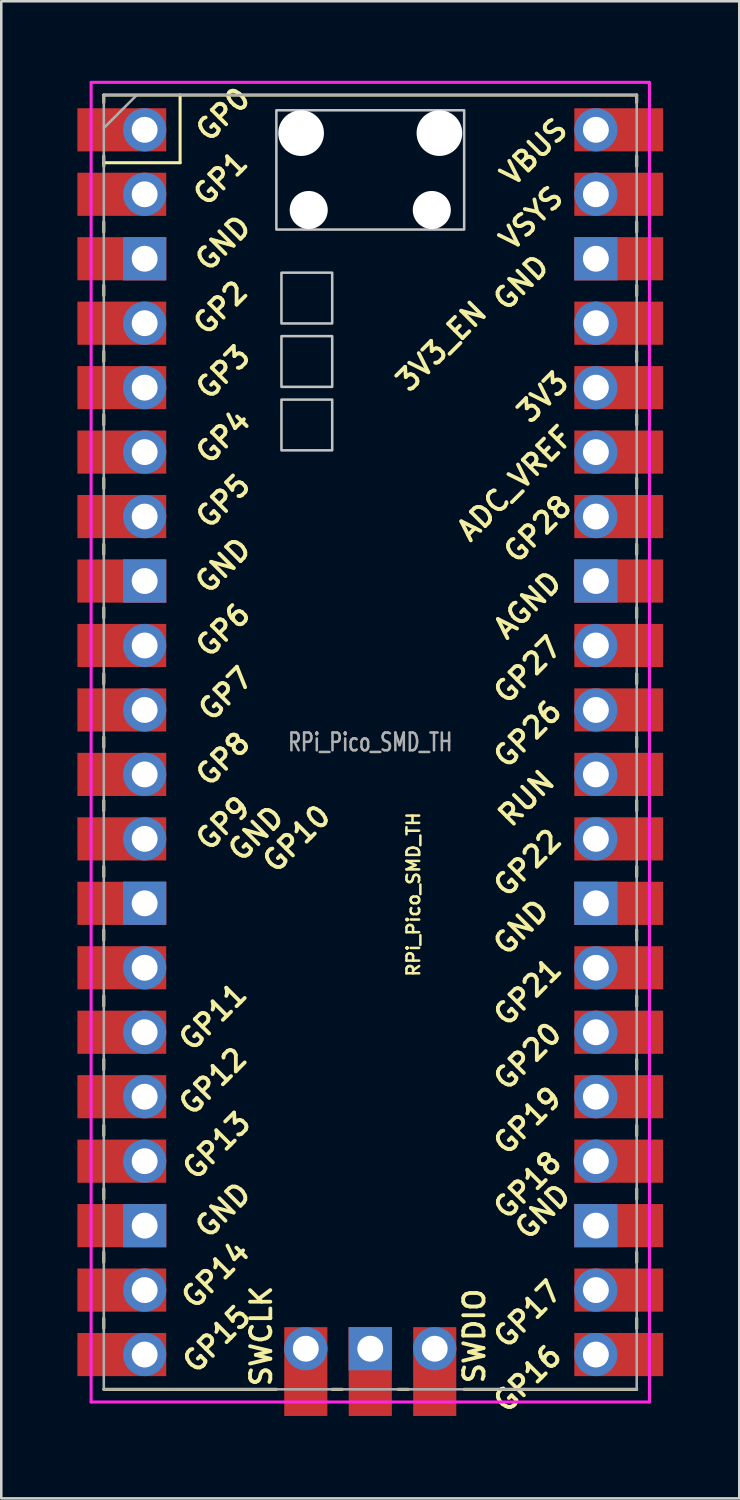
<source format=kicad_pcb>
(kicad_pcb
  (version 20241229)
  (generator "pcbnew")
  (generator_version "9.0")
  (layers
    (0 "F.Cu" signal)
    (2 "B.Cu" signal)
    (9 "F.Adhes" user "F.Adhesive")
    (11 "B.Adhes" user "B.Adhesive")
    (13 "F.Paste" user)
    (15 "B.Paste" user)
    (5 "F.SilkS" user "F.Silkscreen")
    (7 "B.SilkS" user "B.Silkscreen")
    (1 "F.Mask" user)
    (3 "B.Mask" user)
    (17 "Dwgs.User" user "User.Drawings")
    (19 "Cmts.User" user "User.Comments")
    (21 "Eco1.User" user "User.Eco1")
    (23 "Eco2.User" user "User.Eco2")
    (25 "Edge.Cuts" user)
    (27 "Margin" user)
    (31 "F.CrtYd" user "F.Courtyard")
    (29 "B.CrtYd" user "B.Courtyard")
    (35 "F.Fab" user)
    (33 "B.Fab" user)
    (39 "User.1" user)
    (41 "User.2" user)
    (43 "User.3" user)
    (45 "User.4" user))
  (footprint "RPi_Pico_SMD_TH"
    (layer "F.Cu")
    (at 11.54 26.195)
    (property "Reference" "RPi_Pico_SMD_TH" (at 1.7 6 90) (layer "F.SilkS") (effects (font (size 0.5 0.5) (thickness 0.1))))
    (attr through_hole)
    (fp_line (start -10.5 -25.5) (end -10.5 -25.2) (stroke (width 0.12) (type solid)) (layer "F.SilkS"))
    (fp_line (start -10.5 -25.5) (end 10.5 -25.5) (stroke (width 0.12) (type solid)) (layer "F.SilkS"))
    (fp_line (start -10.5 -23.1) (end -10.5 -22.7) (stroke (width 0.12) (type solid)) (layer "F.SilkS"))
    (fp_line (start -10.5 -22.833) (end -7.493 -22.833) (stroke (width 0.12) (type solid)) (layer "F.SilkS"))
    (fp_line (start -10.5 -20.5) (end -10.5 -20.1) (stroke (width 0.12) (type solid)) (layer "F.SilkS"))
    (fp_line (start -10.5 -18) (end -10.5 -17.6) (stroke (width 0.12) (type solid)) (layer "F.SilkS"))
    (fp_line (start -10.5 -15.4) (end -10.5 -15) (stroke (width 0.12) (type solid)) (layer "F.SilkS"))
    (fp_line (start -10.5 -12.9) (end -10.5 -12.5) (stroke (width 0.12) (type solid)) (layer "F.SilkS"))
    (fp_line (start -10.5 -10.4) (end -10.5 -10) (stroke (width 0.12) (type solid)) (layer "F.SilkS"))
    (fp_line (start -10.5 -7.8) (end -10.5 -7.4) (stroke (width 0.12) (type solid)) (layer "F.SilkS"))
    (fp_line (start -10.5 -5.3) (end -10.5 -4.9) (stroke (width 0.12) (type solid)) (layer "F.SilkS"))
    (fp_line (start -10.5 -2.7) (end -10.5 -2.3) (stroke (width 0.12) (type solid)) (layer "F.SilkS"))
    (fp_line (start -10.5 -0.2) (end -10.5 0.2) (stroke (width 0.12) (type solid)) (layer "F.SilkS"))
    (fp_line (start -10.5 2.3) (end -10.5 2.7) (stroke (width 0.12) (type solid)) (layer "F.SilkS"))
    (fp_line (start -10.5 4.9) (end -10.5 5.3) (stroke (width 0.12) (type solid)) (layer "F.SilkS"))
    (fp_line (start -10.5 7.4) (end -10.5 7.8) (stroke (width 0.12) (type solid)) (layer "F.SilkS"))
    (fp_line (start -10.5 10) (end -10.5 10.4) (stroke (width 0.12) (type solid)) (layer "F.SilkS"))
    (fp_line (start -10.5 12.5) (end -10.5 12.9) (stroke (width 0.12) (type solid)) (layer "F.SilkS"))
    (fp_line (start -10.5 15.1) (end -10.5 15.5) (stroke (width 0.12) (type solid)) (layer "F.SilkS"))
    (fp_line (start -10.5 17.6) (end -10.5 18) (stroke (width 0.12) (type solid)) (layer "F.SilkS"))
    (fp_line (start -10.5 20.1) (end -10.5 20.5) (stroke (width 0.12) (type solid)) (layer "F.SilkS"))
    (fp_line (start -10.5 22.7) (end -10.5 23.1) (stroke (width 0.12) (type solid)) (layer "F.SilkS"))
    (fp_line (start -7.493 -22.833) (end -7.493 -25.5) (stroke (width 0.12) (type solid)) (layer "F.SilkS"))
    (fp_line (start -3.7 25.5) (end -10.5 25.5) (stroke (width 0.12) (type solid)) (layer "F.SilkS"))
    (fp_line (start -1.5 25.5) (end -1.1 25.5) (stroke (width 0.12) (type solid)) (layer "F.SilkS"))
    (fp_line (start 1.1 25.5) (end 1.5 25.5) (stroke (width 0.12) (type solid)) (layer "F.SilkS"))
    (fp_line (start 10.5 -25.5) (end 10.5 -25.2) (stroke (width 0.12) (type solid)) (layer "F.SilkS"))
    (fp_line (start 10.5 -23.1) (end 10.5 -22.7) (stroke (width 0.12) (type solid)) (layer "F.SilkS"))
    (fp_line (start 10.5 -20.5) (end 10.5 -20.1) (stroke (width 0.12) (type solid)) (layer "F.SilkS"))
    (fp_line (start 10.5 -18) (end 10.5 -17.6) (stroke (width 0.12) (type solid)) (layer "F.SilkS"))
    (fp_line (start 10.5 -15.4) (end 10.5 -15) (stroke (width 0.12) (type solid)) (layer "F.SilkS"))
    (fp_line (start 10.5 -12.9) (end 10.5 -12.5) (stroke (width 0.12) (type solid)) (layer "F.SilkS"))
    (fp_line (start 10.5 -10.4) (end 10.5 -10) (stroke (width 0.12) (type solid)) (layer "F.SilkS"))
    (fp_line (start 10.5 -7.8) (end 10.5 -7.4) (stroke (width 0.12) (type solid)) (layer "F.SilkS"))
    (fp_line (start 10.5 -5.3) (end 10.5 -4.9) (stroke (width 0.12) (type solid)) (layer "F.SilkS"))
    (fp_line (start 10.5 -2.7) (end 10.5 -2.3) (stroke (width 0.12) (type solid)) (layer "F.SilkS"))
    (fp_line (start 10.5 -0.2) (end 10.5 0.2) (stroke (width 0.12) (type solid)) (layer "F.SilkS"))
    (fp_line (start 10.5 2.3) (end 10.5 2.7) (stroke (width 0.12) (type solid)) (layer "F.SilkS"))
    (fp_line (start 10.5 4.9) (end 10.5 5.3) (stroke (width 0.12) (type solid)) (layer "F.SilkS"))
    (fp_line (start 10.5 7.4) (end 10.5 7.8) (stroke (width 0.12) (type solid)) (layer "F.SilkS"))
    (fp_line (start 10.5 10) (end 10.5 10.4) (stroke (width 0.12) (type solid)) (layer "F.SilkS"))
    (fp_line (start 10.5 12.5) (end 10.5 12.9) (stroke (width 0.12) (type solid)) (layer "F.SilkS"))
    (fp_line (start 10.5 15.1) (end 10.5 15.5) (stroke (width 0.12) (type solid)) (layer "F.SilkS"))
    (fp_line (start 10.5 17.6) (end 10.5 18) (stroke (width 0.12) (type solid)) (layer "F.SilkS"))
    (fp_line (start 10.5 20.1) (end 10.5 20.5) (stroke (width 0.12) (type solid)) (layer "F.SilkS"))
    (fp_line (start 10.5 22.7) (end 10.5 23.1) (stroke (width 0.12) (type solid)) (layer "F.SilkS"))
    (fp_line (start 10.5 25.5) (end 3.7 25.5) (stroke (width 0.12) (type solid)) (layer "F.SilkS"))
    (fp_poly (pts (xy -1.5 -16.5) (xy -3.5 -16.5) (xy -3.5 -18.5) (xy -1.5 -18.5)) (stroke (width 0.1) (type solid)) (fill no) (layer "Dwgs.User"))
    (fp_poly (pts (xy -1.5 -14) (xy -3.5 -14) (xy -3.5 -16) (xy -1.5 -16)) (stroke (width 0.1) (type solid)) (fill no) (layer "Dwgs.User"))
    (fp_poly (pts (xy -1.5 -11.5) (xy -3.5 -11.5) (xy -3.5 -13.5) (xy -1.5 -13.5)) (stroke (width 0.1) (type solid)) (fill no) (layer "Dwgs.User"))
    (fp_poly (pts (xy 3.7 -20.2) (xy -3.7 -20.2) (xy -3.7 -24.9) (xy 3.7 -24.9)) (stroke (width 0.1) (type solid)) (fill no) (layer "Dwgs.User"))
    (fp_line (start -11 -26) (end 11 -26) (stroke (width 0.12) (type solid)) (layer "F.CrtYd"))
    (fp_line (start -11 26) (end -11 -26) (stroke (width 0.12) (type solid)) (layer "F.CrtYd"))
    (fp_line (start 11 -26) (end 11 26) (stroke (width 0.12) (type solid)) (layer "F.CrtYd"))
    (fp_line (start 11 26) (end -11 26) (stroke (width 0.12) (type solid)) (layer "F.CrtYd"))
    (fp_line (start -10.5 -25.5) (end 10.5 -25.5) (stroke (width 0.1) (type solid)) (layer "F.Fab"))
    (fp_line (start -10.5 -24.2) (end -9.2 -25.5) (stroke (width 0.1) (type solid)) (layer "F.Fab"))
    (fp_line (start -10.5 25.5) (end -10.5 -25.5) (stroke (width 0.1) (type solid)) (layer "F.Fab"))
    (fp_line (start 10.5 -25.5) (end 10.5 25.5) (stroke (width 0.1) (type solid)) (layer "F.Fab"))
    (fp_line (start 10.5 25.5) (end -10.5 25.5) (stroke (width 0.1) (type solid)) (layer "F.Fab"))
    (fp_text user "VSYS" (at 6.346 -20.646 45) (layer "F.SilkS") (effects (font (size 0.8 0.8) (thickness 0.15))))
    (fp_text user "GP9" (at -5.8 3.2 45) (layer "F.SilkS") (effects (font (size 0.8 0.8) (thickness 0.15))))
    (fp_text user "GND" (at 5.946 -18.106 45) (layer "F.SilkS") (effects (font (size 0.8 0.8) (thickness 0.15))))
    (fp_text user "AGND" (at 6.2 -5.406 45) (layer "F.SilkS") (effects (font (size 0.8 0.8) (thickness 0.15))))
    (fp_text user "GP8" (at -5.8 0.66 45) (layer "F.SilkS") (effects (font (size 0.8 0.8) (thickness 0.15))))
    (fp_text user "GP17" (at 6.2 22.534 45) (layer "F.SilkS") (effects (font (size 0.8 0.8) (thickness 0.15))))
    (fp_text user "GP21" (at 6.2 9.844 45) (layer "F.SilkS") (effects (font (size 0.8 0.8) (thickness 0.15))))
    (fp_text user "GND" (at -5.8 18.44 45) (layer "F.SilkS") (effects (font (size 0.8 0.8) (thickness 0.15))))
    (fp_text user "GP10" (at -2.9 3.8 45) (layer "F.SilkS") (effects (font (size 0.8 0.8) (thickness 0.15))))
    (fp_text user "GP3" (at -5.8 -14.58 45) (layer "F.SilkS") (effects (font (size 0.8 0.8) (thickness 0.15))))
    (fp_text user "GP16" (at 6.2 25.074 45) (layer "F.SilkS") (effects (font (size 0.8 0.8) (thickness 0.15))))
    (fp_text user "GP1" (at -5.9 -22.21 45) (layer "F.SilkS") (effects (font (size 0.8 0.8) (thickness 0.15))))
    (fp_text user "SWDIO" (at 4.1 23.4 90) (layer "F.SilkS") (effects (font (size 0.8 0.8) (thickness 0.15))))
    (fp_text user "GND" (at -5.8 -6.96 45) (layer "F.SilkS") (effects (font (size 0.8 0.8) (thickness 0.15))))
    (fp_text user "ADC_VREF" (at 5.7 -10.2 45) (layer "F.SilkS") (effects (font (size 0.8 0.8) (thickness 0.15))))
    (fp_text user "GP4" (at -5.8 -12.04 45) (layer "F.SilkS") (effects (font (size 0.8 0.8) (thickness 0.15))))
    (fp_text user "GP12" (at -6.2 13.36 45) (layer "F.SilkS") (effects (font (size 0.8 0.8) (thickness 0.15))))
    (fp_text user "3V3_EN" (at 2.8 -15.6 45) (layer "F.SilkS") (effects (font (size 0.8 0.8) (thickness 0.15))))
    (fp_text user "GP11" (at -6.2 10.82 45) (layer "F.SilkS") (effects (font (size 0.8 0.8) (thickness 0.15))))
    (fp_text user "GP5" (at -5.8 -9.5 45) (layer "F.SilkS") (effects (font (size 0.8 0.8) (thickness 0.15))))
    (fp_text user "GP26" (at 6.2 -0.326 45) (layer "F.SilkS") (effects (font (size 0.8 0.8) (thickness 0.15))))
    (fp_text user "SWCLK" (at -4.3 23.4 90) (layer "F.SilkS") (effects (font (size 0.8 0.8) (thickness 0.15))))
    (fp_text user "GP2" (at -5.9 -17.12 45) (layer "F.SilkS") (effects (font (size 0.8 0.8) (thickness 0.15))))
    (fp_text user "GP0" (at -5.8 -24.74 45) (layer "F.SilkS") (effects (font (size 0.8 0.8) (thickness 0.15))))
    (fp_text user "GND" (at 6.8 18.5 45) (layer "F.SilkS") (effects (font (size 0.8 0.8) (thickness 0.15))))
    (fp_text user "GP28" (at 6.6 -8.4 45) (layer "F.SilkS") (effects (font (size 0.8 0.8) (thickness 0.15))))
    (fp_text user "3V3" (at 6.8 -13.6 45) (layer "F.SilkS") (effects (font (size 0.8 0.8) (thickness 0.15))))
    (fp_text user "GP6" (at -5.8 -4.42 45) (layer "F.SilkS") (effects (font (size 0.8 0.8) (thickness 0.15))))
    (fp_text user "GP18" (at 6.2 17.454 45) (layer "F.SilkS") (effects (font (size 0.8 0.8) (thickness 0.15))))
    (fp_text user "GP27" (at 6.2 -2.856 45) (layer "F.SilkS") (effects (font (size 0.8 0.8) (thickness 0.15))))
    (fp_text user "GP14" (at -6.1 20.98 45) (layer "F.SilkS") (effects (font (size 0.8 0.8) (thickness 0.15))))
    (fp_text user "GND" (at -4.5 3.6 45) (layer "F.SilkS") (effects (font (size 0.8 0.8) (thickness 0.15))))
    (fp_text user "VBUS" (at 6.446 -23.256 45) (layer "F.SilkS") (effects (font (size 0.8 0.8) (thickness 0.15))))
    (fp_text user "GP20" (at 6.2 12.374 45) (layer "F.SilkS") (effects (font (size 0.8 0.8) (thickness 0.15))))
    (fp_text user "GP22" (at 6.2 4.754 45) (layer "F.SilkS") (effects (font (size 0.8 0.8) (thickness 0.15))))
    (fp_text user "GP19" (at 6.2 14.914 45) (layer "F.SilkS") (effects (font (size 0.8 0.8) (thickness 0.15))))
    (fp_text user "GP7" (at -5.7 -1.91 45) (layer "F.SilkS") (effects (font (size 0.8 0.8) (thickness 0.15))))
    (fp_text user "RUN" (at 6.146 2.214 45) (layer "F.SilkS") (effects (font (size 0.8 0.8) (thickness 0.15))))
    (fp_text user "GND" (at -5.8 -19.66 45) (layer "F.SilkS") (effects (font (size 0.8 0.8) (thickness 0.15))))
    (fp_text user "GP15" (at -6.054 23.52 45) (layer "F.SilkS") (effects (font (size 0.8 0.8) (thickness 0.15))))
    (fp_text user "GND" (at 5.946 7.294 45) (layer "F.SilkS") (effects (font (size 0.8 0.8) (thickness 0.15))))
    (fp_text user "GP13" (at -6.054 15.9 45) (layer "F.SilkS") (effects (font (size 0.8 0.8) (thickness 0.15))))
    (fp_text user "${REFERENCE}" (at 0 0 0) (layer "F.Fab") (effects (font (size 0.7 0.5) (thickness 0.1))))
    (pad "" np_thru_hole oval (at -2.725 -24) (size 1.8 1.8) (drill 1.8) (layers "*.Cu" "*.Mask"))
    (pad "" np_thru_hole oval (at -2.425 -20.97) (size 1.5 1.5) (drill 1.5) (layers "*.Cu" "*.Mask"))
    (pad "" np_thru_hole oval (at 2.425 -20.97) (size 1.5 1.5) (drill 1.5) (layers "*.Cu" "*.Mask"))
    (pad "" np_thru_hole oval (at 2.725 -24) (size 1.8 1.8) (drill 1.8) (layers "*.Cu" "*.Mask"))
    (pad "1" thru_hole oval (at -8.89 -24.13) (size 1.7 1.7) (drill 1.02) (layers "*.Cu" "*.Mask"))
    (pad "1" smd rect (at -8.89 -24.13) (size 3.5 1.7) (drill (offset -0.9 0)) (layers "F.Cu" "F.Mask"))
    (pad "2" thru_hole oval (at -8.89 -21.59) (size 1.7 1.7) (drill 1.02) (layers "*.Cu" "*.Mask"))
    (pad "2" smd rect (at -8.89 -21.59) (size 3.5 1.7) (drill (offset -0.9 0)) (layers "F.Cu" "F.Mask"))
    (pad "3" thru_hole rect (at -8.89 -19.05) (size 1.7 1.7) (drill 1.02) (layers "*.Cu" "*.Mask"))
    (pad "3" smd rect (at -8.89 -19.05) (size 3.5 1.7) (drill (offset -0.9 0)) (layers "F.Cu" "F.Mask"))
    (pad "4" thru_hole oval (at -8.89 -16.51) (size 1.7 1.7) (drill 1.02) (layers "*.Cu" "*.Mask"))
    (pad "4" smd rect (at -8.89 -16.51) (size 3.5 1.7) (drill (offset -0.9 0)) (layers "F.Cu" "F.Mask"))
    (pad "5" thru_hole oval (at -8.89 -13.97) (size 1.7 1.7) (drill 1.02) (layers "*.Cu" "*.Mask"))
    (pad "5" smd rect (at -8.89 -13.97) (size 3.5 1.7) (drill (offset -0.9 0)) (layers "F.Cu" "F.Mask"))
    (pad "6" thru_hole oval (at -8.89 -11.43) (size 1.7 1.7) (drill 1.02) (layers "*.Cu" "*.Mask"))
    (pad "6" smd rect (at -8.89 -11.43) (size 3.5 1.7) (drill (offset -0.9 0)) (layers "F.Cu" "F.Mask"))
    (pad "7" thru_hole oval (at -8.89 -8.89) (size 1.7 1.7) (drill 1.02) (layers "*.Cu" "*.Mask"))
    (pad "7" smd rect (at -8.89 -8.89) (size 3.5 1.7) (drill (offset -0.9 0)) (layers "F.Cu" "F.Mask"))
    (pad "8" thru_hole rect (at -8.89 -6.35) (size 1.7 1.7) (drill 1.02) (layers "*.Cu" "*.Mask"))
    (pad "8" smd rect (at -8.89 -6.35) (size 3.5 1.7) (drill (offset -0.9 0)) (layers "F.Cu" "F.Mask"))
    (pad "9" thru_hole oval (at -8.89 -3.81) (size 1.7 1.7) (drill 1.02) (layers "*.Cu" "*.Mask"))
    (pad "9" smd rect (at -8.89 -3.81) (size 3.5 1.7) (drill (offset -0.9 0)) (layers "F.Cu" "F.Mask"))
    (pad "10" thru_hole oval (at -8.89 -1.27) (size 1.7 1.7) (drill 1.02) (layers "*.Cu" "*.Mask"))
    (pad "10" smd rect (at -8.89 -1.27) (size 3.5 1.7) (drill (offset -0.9 0)) (layers "F.Cu" "F.Mask"))
    (pad "11" thru_hole oval (at -8.89 1.27) (size 1.7 1.7) (drill 1.02) (layers "*.Cu" "*.Mask"))
    (pad "11" smd rect (at -8.89 1.27) (size 3.5 1.7) (drill (offset -0.9 0)) (layers "F.Cu" "F.Mask"))
    (pad "12" thru_hole oval (at -8.89 3.81) (size 1.7 1.7) (drill 1.02) (layers "*.Cu" "*.Mask"))
    (pad "12" smd rect (at -8.89 3.81) (size 3.5 1.7) (drill (offset -0.9 0)) (layers "F.Cu" "F.Mask"))
    (pad "13" thru_hole rect (at -8.89 6.35) (size 1.7 1.7) (drill 1.02) (layers "*.Cu" "*.Mask"))
    (pad "13" smd rect (at -8.89 6.35) (size 3.5 1.7) (drill (offset -0.9 0)) (layers "F.Cu" "F.Mask"))
    (pad "14" thru_hole oval (at -8.89 8.89) (size 1.7 1.7) (drill 1.02) (layers "*.Cu" "*.Mask"))
    (pad "14" smd rect (at -8.89 8.89) (size 3.5 1.7) (drill (offset -0.9 0)) (layers "F.Cu" "F.Mask"))
    (pad "15" thru_hole oval (at -8.89 11.43) (size 1.7 1.7) (drill 1.02) (layers "*.Cu" "*.Mask"))
    (pad "15" smd rect (at -8.89 11.43) (size 3.5 1.7) (drill (offset -0.9 0)) (layers "F.Cu" "F.Mask"))
    (pad "16" thru_hole oval (at -8.89 13.97) (size 1.7 1.7) (drill 1.02) (layers "*.Cu" "*.Mask"))
    (pad "16" smd rect (at -8.89 13.97) (size 3.5 1.7) (drill (offset -0.9 0)) (layers "F.Cu" "F.Mask"))
    (pad "17" thru_hole oval (at -8.89 16.51) (size 1.7 1.7) (drill 1.02) (layers "*.Cu" "*.Mask"))
    (pad "17" smd rect (at -8.89 16.51) (size 3.5 1.7) (drill (offset -0.9 0)) (layers "F.Cu" "F.Mask"))
    (pad "18" thru_hole rect (at -8.89 19.05) (size 1.7 1.7) (drill 1.02) (layers "*.Cu" "*.Mask"))
    (pad "18" smd rect (at -8.89 19.05) (size 3.5 1.7) (drill (offset -0.9 0)) (layers "F.Cu" "F.Mask"))
    (pad "19" thru_hole oval (at -8.89 21.59) (size 1.7 1.7) (drill 1.02) (layers "*.Cu" "*.Mask"))
    (pad "19" smd rect (at -8.89 21.59) (size 3.5 1.7) (drill (offset -0.9 0)) (layers "F.Cu" "F.Mask"))
    (pad "20" thru_hole oval (at -8.89 24.13) (size 1.7 1.7) (drill 1.02) (layers "*.Cu" "*.Mask"))
    (pad "20" smd rect (at -8.89 24.13) (size 3.5 1.7) (drill (offset -0.9 0)) (layers "F.Cu" "F.Mask"))
    (pad "21" thru_hole oval (at 8.89 24.13) (size 1.7 1.7) (drill 1.02) (layers "*.Cu" "*.Mask"))
    (pad "21" smd rect (at 8.89 24.13) (size 3.5 1.7) (drill (offset 0.9 0)) (layers "F.Cu" "F.Mask"))
    (pad "22" thru_hole oval (at 8.89 21.59) (size 1.7 1.7) (drill 1.02) (layers "*.Cu" "*.Mask"))
    (pad "22" smd rect (at 8.89 21.59) (size 3.5 1.7) (drill (offset 0.9 0)) (layers "F.Cu" "F.Mask"))
    (pad "23" thru_hole rect (at 8.89 19.05) (size 1.7 1.7) (drill 1.02) (layers "*.Cu" "*.Mask"))
    (pad "23" smd rect (at 8.89 19.05) (size 3.5 1.7) (drill (offset 0.9 0)) (layers "F.Cu" "F.Mask"))
    (pad "24" thru_hole oval (at 8.89 16.51) (size 1.7 1.7) (drill 1.02) (layers "*.Cu" "*.Mask"))
    (pad "24" smd rect (at 8.89 16.51) (size 3.5 1.7) (drill (offset 0.9 0)) (layers "F.Cu" "F.Mask"))
    (pad "25" thru_hole oval (at 8.89 13.97) (size 1.7 1.7) (drill 1.02) (layers "*.Cu" "*.Mask"))
    (pad "25" smd rect (at 8.89 13.97) (size 3.5 1.7) (drill (offset 0.9 0)) (layers "F.Cu" "F.Mask"))
    (pad "26" thru_hole oval (at 8.89 11.43) (size 1.7 1.7) (drill 1.02) (layers "*.Cu" "*.Mask"))
    (pad "26" smd rect (at 8.89 11.43) (size 3.5 1.7) (drill (offset 0.9 0)) (layers "F.Cu" "F.Mask"))
    (pad "27" thru_hole oval (at 8.89 8.89) (size 1.7 1.7) (drill 1.02) (layers "*.Cu" "*.Mask"))
    (pad "27" smd rect (at 8.89 8.89) (size 3.5 1.7) (drill (offset 0.9 0)) (layers "F.Cu" "F.Mask"))
    (pad "28" thru_hole rect (at 8.89 6.35) (size 1.7 1.7) (drill 1.02) (layers "*.Cu" "*.Mask"))
    (pad "28" smd rect (at 8.89 6.35) (size 3.5 1.7) (drill (offset 0.9 0)) (layers "F.Cu" "F.Mask"))
    (pad "29" thru_hole oval (at 8.89 3.81) (size 1.7 1.7) (drill 1.02) (layers "*.Cu" "*.Mask"))
    (pad "29" smd rect (at 8.89 3.81) (size 3.5 1.7) (drill (offset 0.9 0)) (layers "F.Cu" "F.Mask"))
    (pad "30" thru_hole oval (at 8.89 1.27) (size 1.7 1.7) (drill 1.02) (layers "*.Cu" "*.Mask"))
    (pad "30" smd rect (at 8.89 1.27) (size 3.5 1.7) (drill (offset 0.9 0)) (layers "F.Cu" "F.Mask"))
    (pad "31" thru_hole oval (at 8.89 -1.27) (size 1.7 1.7) (drill 1.02) (layers "*.Cu" "*.Mask"))
    (pad "31" smd rect (at 8.89 -1.27) (size 3.5 1.7) (drill (offset 0.9 0)) (layers "F.Cu" "F.Mask"))
    (pad "32" thru_hole oval (at 8.89 -3.81) (size 1.7 1.7) (drill 1.02) (layers "*.Cu" "*.Mask"))
    (pad "32" smd rect (at 8.89 -3.81) (size 3.5 1.7) (drill (offset 0.9 0)) (layers "F.Cu" "F.Mask"))
    (pad "33" thru_hole rect (at 8.89 -6.35) (size 1.7 1.7) (drill 1.02) (layers "*.Cu" "*.Mask"))
    (pad "33" smd rect (at 8.89 -6.35) (size 3.5 1.7) (drill (offset 0.9 0)) (layers "F.Cu" "F.Mask"))
    (pad "34" thru_hole oval (at 8.89 -8.89) (size 1.7 1.7) (drill 1.02) (layers "*.Cu" "*.Mask"))
    (pad "34" smd rect (at 8.89 -8.89) (size 3.5 1.7) (drill (offset 0.9 0)) (layers "F.Cu" "F.Mask"))
    (pad "35" thru_hole oval (at 8.89 -11.43) (size 1.7 1.7) (drill 1.02) (layers "*.Cu" "*.Mask"))
    (pad "35" smd rect (at 8.89 -11.43) (size 3.5 1.7) (drill (offset 0.9 0)) (layers "F.Cu" "F.Mask"))
    (pad "36" thru_hole oval (at 8.89 -13.97) (size 1.7 1.7) (drill 1.02) (layers "*.Cu" "*.Mask"))
    (pad "36" smd rect (at 8.89 -13.97) (size 3.5 1.7) (drill (offset 0.9 0)) (layers "F.Cu" "F.Mask"))
    (pad "37" thru_hole oval (at 8.89 -16.51) (size 1.7 1.7) (drill 1.02) (layers "*.Cu" "*.Mask"))
    (pad "37" smd rect (at 8.89 -16.51) (size 3.5 1.7) (drill (offset 0.9 0)) (layers "F.Cu" "F.Mask"))
    (pad "38" thru_hole rect (at 8.89 -19.05) (size 1.7 1.7) (drill 1.02) (layers "*.Cu" "*.Mask"))
    (pad "38" smd rect (at 8.89 -19.05) (size 3.5 1.7) (drill (offset 0.9 0)) (layers "F.Cu" "F.Mask"))
    (pad "39" thru_hole oval (at 8.89 -21.59) (size 1.7 1.7) (drill 1.02) (layers "*.Cu" "*.Mask"))
    (pad "39" smd rect (at 8.89 -21.59) (size 3.5 1.7) (drill (offset 0.9 0)) (layers "F.Cu" "F.Mask"))
    (pad "40" thru_hole oval (at 8.89 -24.13) (size 1.7 1.7) (drill 1.02) (layers "*.Cu" "*.Mask"))
    (pad "40" smd rect (at 8.89 -24.13) (size 3.5 1.7) (drill (offset 0.9 0)) (layers "F.Cu" "F.Mask"))
    (pad "41" thru_hole oval (at -2.54 23.9) (size 1.7 1.7) (drill 1.02) (layers "*.Cu" "*.Mask"))
    (pad "41" smd rect (at -2.54 23.9 90) (size 3.5 1.7) (drill (offset -0.9 0)) (layers "F.Cu" "F.Mask"))
    (pad "42" thru_hole rect (at 0 23.9) (size 1.7 1.7) (drill 1.02) (layers "*.Cu" "*.Mask"))
    (pad "42" smd rect (at 0 23.9 90) (size 3.5 1.7) (drill (offset -0.9 0)) (layers "F.Cu" "F.Mask"))
    (pad "43" thru_hole oval (at 2.54 23.9) (size 1.7 1.7) (drill 1.02) (layers "*.Cu" "*.Mask"))
    (pad "43" smd rect (at 2.54 23.9 90) (size 3.5 1.7) (drill (offset -0.9 0)) (layers "F.Cu" "F.Mask")))
  (gr_rect
    (start -3 -3)
    (end 26.08 55.993)
    (stroke (width 0.1) (type default))
    (fill no)
    (layer "Edge.Cuts")))
</source>
